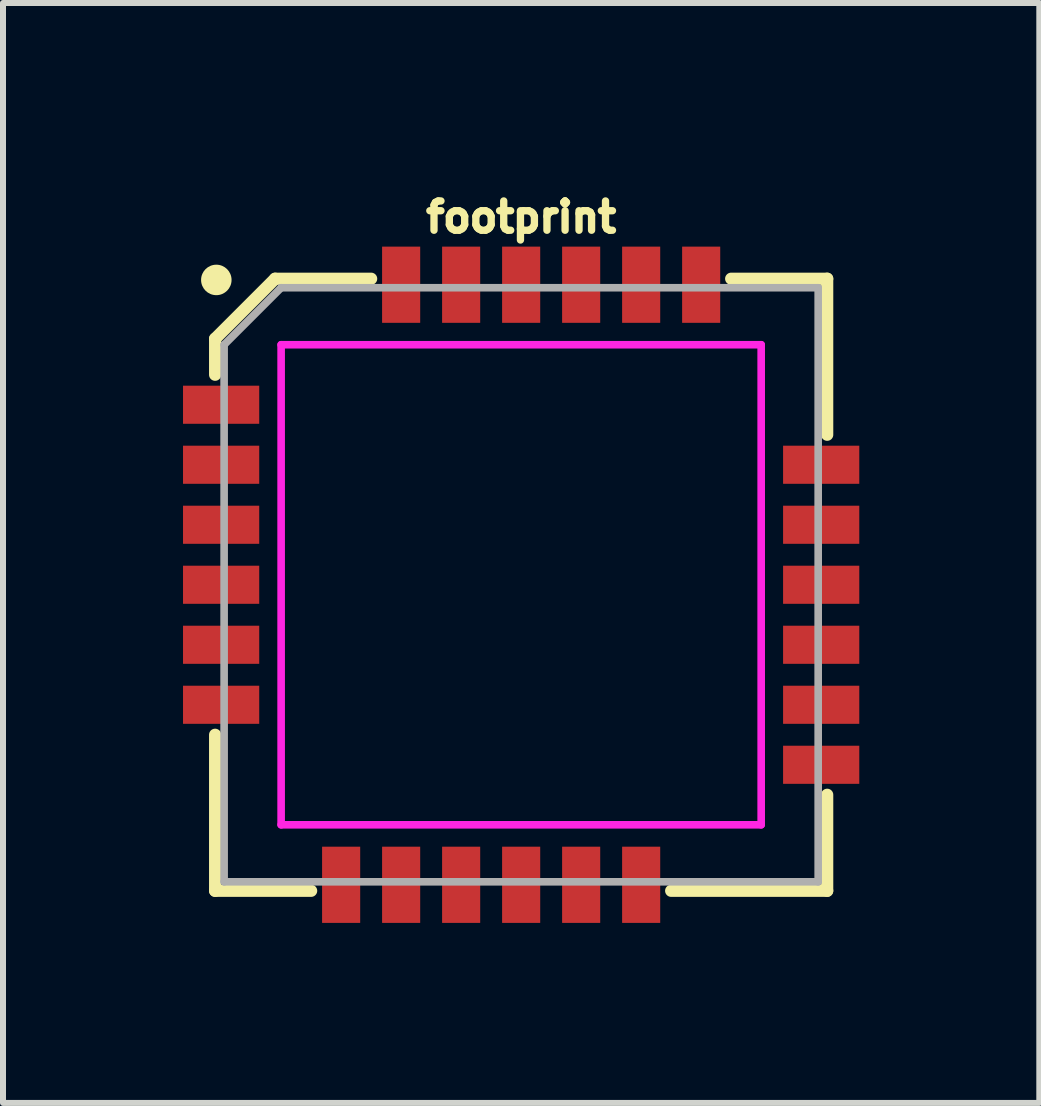
<source format=kicad_pcb>
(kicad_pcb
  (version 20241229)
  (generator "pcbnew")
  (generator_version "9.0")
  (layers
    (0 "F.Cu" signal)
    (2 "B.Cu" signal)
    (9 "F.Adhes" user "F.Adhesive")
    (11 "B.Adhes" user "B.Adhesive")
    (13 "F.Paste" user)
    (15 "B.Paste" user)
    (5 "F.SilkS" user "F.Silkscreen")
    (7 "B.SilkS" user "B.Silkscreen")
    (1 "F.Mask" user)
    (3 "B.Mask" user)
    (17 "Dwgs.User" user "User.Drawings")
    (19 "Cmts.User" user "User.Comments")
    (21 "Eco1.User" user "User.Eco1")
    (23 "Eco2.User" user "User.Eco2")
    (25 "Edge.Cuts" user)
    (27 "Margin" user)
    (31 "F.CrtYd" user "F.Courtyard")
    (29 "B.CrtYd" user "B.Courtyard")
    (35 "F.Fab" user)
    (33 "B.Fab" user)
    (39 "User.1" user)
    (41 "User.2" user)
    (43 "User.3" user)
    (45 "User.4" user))
  (footprint "footprint"
    (layer "F.Cu")
    (at 5.635 6.695)
    (property "Reference" "footprint" (at 0 -5.842 0) (layer "F.SilkS") (effects (font (size 0.488 0.488) (thickness 0.122)) (justify bottom)))
    (fp_line (start -5.1 -4.1) (end -5.1 -3.5) (stroke (width 0.203) (type solid)) (layer "F.SilkS"))
    (fp_line (start -5.1 2.5) (end -5.1 5.1) (stroke (width 0.203) (type solid)) (layer "F.SilkS"))
    (fp_line (start -5.1 5.1) (end -3.5 5.1) (stroke (width 0.203) (type solid)) (layer "F.SilkS"))
    (fp_line (start -4.1 -5.1) (end -5.1 -4.1) (stroke (width 0.203) (type solid)) (layer "F.SilkS"))
    (fp_line (start -2.5 -5.1) (end -4.1 -5.1) (stroke (width 0.203) (type solid)) (layer "F.SilkS"))
    (fp_line (start 2.5 5.1) (end 5.1 5.1) (stroke (width 0.203) (type solid)) (layer "F.SilkS"))
    (fp_line (start 5.1 -5.1) (end 3.5 -5.1) (stroke (width 0.203) (type solid)) (layer "F.SilkS"))
    (fp_line (start 5.1 -2.5) (end 5.1 -5.1) (stroke (width 0.203) (type solid)) (layer "F.SilkS"))
    (fp_line (start 5.1 5.1) (end 5.1 3.5) (stroke (width 0.203) (type solid)) (layer "F.SilkS"))
    (fp_circle (center -5.08 -5.08) (end -4.953 -5.08) (stroke (width 0.254) (type solid)) (fill yes) (layer "F.SilkS"))
    (fp_line (start -4 -4) (end -4 4) (stroke (width 0.127) (type solid)) (layer "F.CrtYd"))
    (fp_line (start -4 4) (end 4 4) (stroke (width 0.127) (type solid)) (layer "F.CrtYd"))
    (fp_line (start 4 -4) (end -4 -4) (stroke (width 0.127) (type solid)) (layer "F.CrtYd"))
    (fp_line (start 4 4) (end 4 -4) (stroke (width 0.127) (type solid)) (layer "F.CrtYd"))
    (fp_line (start -4.95 -4) (end -4.95 4.95) (stroke (width 0.127) (type solid)) (layer "F.Fab"))
    (fp_line (start -4.95 4.95) (end 4.95 4.95) (stroke (width 0.127) (type solid)) (layer "F.Fab"))
    (fp_line (start -4 -4.95) (end -4.95 -4) (stroke (width 0.127) (type solid)) (layer "F.Fab"))
    (fp_line (start 4.95 -4.95) (end -4 -4.95) (stroke (width 0.127) (type solid)) (layer "F.Fab"))
    (fp_line (start 4.95 4.95) (end 4.95 -4.95) (stroke (width 0.127) (type solid)) (layer "F.Fab"))
    (pad "P$1" smd rect (at -5 -3 180) (size 1.27 0.635) (layers "F.Cu" "F.Mask" "F.Paste"))
    (pad "P$2" smd rect (at -5 -2 180) (size 1.27 0.635) (layers "F.Cu" "F.Mask" "F.Paste"))
    (pad "P$3" smd rect (at -5 -1 180) (size 1.27 0.635) (layers "F.Cu" "F.Mask" "F.Paste"))
    (pad "P$4" smd rect (at -5 0 180) (size 1.27 0.635) (layers "F.Cu" "F.Mask" "F.Paste"))
    (pad "P$5" smd rect (at -5 1 180) (size 1.27 0.635) (layers "F.Cu" "F.Mask" "F.Paste"))
    (pad "P$6" smd rect (at -5 2 180) (size 1.27 0.635) (layers "F.Cu" "F.Mask" "F.Paste"))
    (pad "P$7" smd rect (at -3 5 270) (size 1.27 0.635) (layers "F.Cu" "F.Mask" "F.Paste"))
    (pad "P$8" smd rect (at -2 5 270) (size 1.27 0.635) (layers "F.Cu" "F.Mask" "F.Paste"))
    (pad "P$9" smd rect (at -1 5 270) (size 1.27 0.635) (layers "F.Cu" "F.Mask" "F.Paste"))
    (pad "P$10" smd rect (at 0 5 270) (size 1.27 0.635) (layers "F.Cu" "F.Mask" "F.Paste"))
    (pad "P$11" smd rect (at 1 5 270) (size 1.27 0.635) (layers "F.Cu" "F.Mask" "F.Paste"))
    (pad "P$12" smd rect (at 2 5 270) (size 1.27 0.635) (layers "F.Cu" "F.Mask" "F.Paste"))
    (pad "P$13" smd rect (at 5 3) (size 1.27 0.635) (layers "F.Cu" "F.Mask" "F.Paste"))
    (pad "P$14" smd rect (at 5 2) (size 1.27 0.635) (layers "F.Cu" "F.Mask" "F.Paste"))
    (pad "P$15" smd rect (at 5 1) (size 1.27 0.635) (layers "F.Cu" "F.Mask" "F.Paste"))
    (pad "P$16" smd rect (at 5 0) (size 1.27 0.635) (layers "F.Cu" "F.Mask" "F.Paste"))
    (pad "P$17" smd rect (at 5 -1) (size 1.27 0.635) (layers "F.Cu" "F.Mask" "F.Paste"))
    (pad "P$18" smd rect (at 5 -2) (size 1.27 0.635) (layers "F.Cu" "F.Mask" "F.Paste"))
    (pad "P$19" smd rect (at 3 -5 90) (size 1.27 0.635) (layers "F.Cu" "F.Mask" "F.Paste"))
    (pad "P$20" smd rect (at 2 -5 90) (size 1.27 0.635) (layers "F.Cu" "F.Mask" "F.Paste"))
    (pad "P$21" smd rect (at 1 -5 90) (size 1.27 0.635) (layers "F.Cu" "F.Mask" "F.Paste"))
    (pad "P$22" smd rect (at 0 -5 90) (size 1.27 0.635) (layers "F.Cu" "F.Mask" "F.Paste"))
    (pad "P$23" smd rect (at -1 -5 90) (size 1.27 0.635) (layers "F.Cu" "F.Mask" "F.Paste"))
    (pad "P$24" smd rect (at -2 -5 90) (size 1.27 0.635) (layers "F.Cu" "F.Mask" "F.Paste")))
  (gr_rect
    (start -3 -3)
    (end 14.27 15.33)
    (stroke (width 0.1) (type default))
    (fill no)
    (layer "Edge.Cuts")))
</source>
